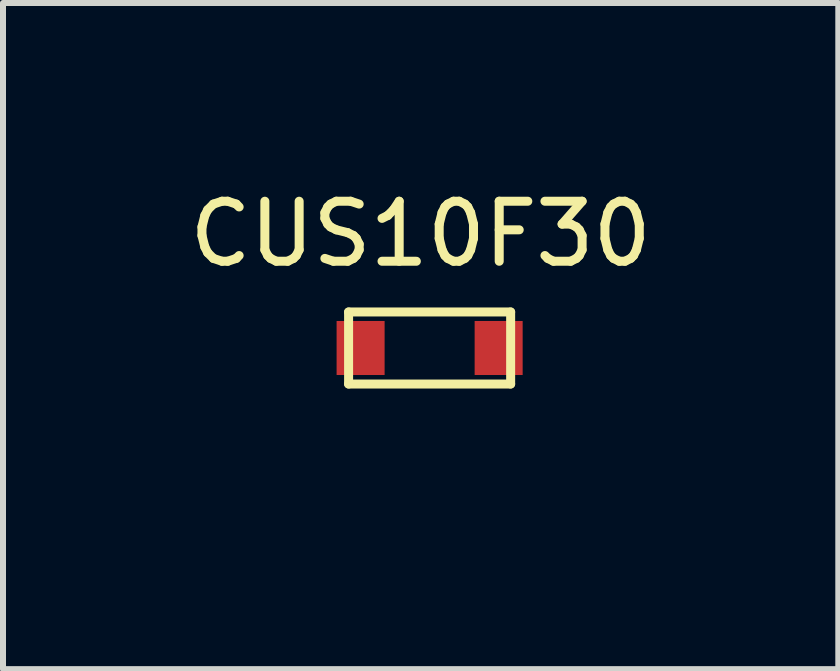
<source format=kicad_pcb>
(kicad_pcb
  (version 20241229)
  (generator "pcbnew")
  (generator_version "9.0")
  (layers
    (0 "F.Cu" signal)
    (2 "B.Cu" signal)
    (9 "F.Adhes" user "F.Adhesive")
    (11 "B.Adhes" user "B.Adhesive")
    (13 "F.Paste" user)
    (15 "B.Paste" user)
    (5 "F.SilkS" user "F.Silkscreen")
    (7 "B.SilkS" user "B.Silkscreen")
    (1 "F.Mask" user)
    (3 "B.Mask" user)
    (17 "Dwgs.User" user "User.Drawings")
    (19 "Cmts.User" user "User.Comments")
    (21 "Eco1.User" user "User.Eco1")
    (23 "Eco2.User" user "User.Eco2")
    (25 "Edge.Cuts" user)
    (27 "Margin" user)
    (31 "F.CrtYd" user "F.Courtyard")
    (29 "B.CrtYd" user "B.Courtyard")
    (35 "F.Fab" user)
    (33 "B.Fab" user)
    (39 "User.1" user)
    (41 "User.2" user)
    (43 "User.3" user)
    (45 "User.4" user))
  (footprint "CUS10F30"
    (layer "F.Cu")
    (at 1.458 4.848)
    (property "Reference" "CUS10F30" (at 2.5 -4 0) (layer "F.SilkS") (effects (font (size 1 1) (thickness 0.15))))
    (attr through_hole)
    (fp_line (start 1.3 -2.7) (end 1.3 -1.5) (stroke (width 0.15) (type solid)) (layer "F.SilkS"))
    (fp_line (start 1.3 -1.5) (end 4 -1.5) (stroke (width 0.15) (type solid)) (layer "F.SilkS"))
    (fp_line (start 4 -2.7) (end 1.3 -2.7) (stroke (width 0.15) (type solid)) (layer "F.SilkS"))
    (fp_line (start 4 -1.5) (end 4 -2.7) (stroke (width 0.15) (type solid)) (layer "F.SilkS"))
    (pad "1" smd rect (at 1.5 -2.1) (size 0.8 0.9) (layers "F.Cu" "F.Mask" "F.Paste"))
    (pad "2" smd rect (at 3.8 -2.1) (size 0.8 0.9) (layers "F.Cu" "F.Mask" "F.Paste")))
  (gr_rect
    (start -3 -3)
    (end 10.917 8.098)
    (stroke (width 0.1) (type default))
    (fill no)
    (layer "Edge.Cuts")))
</source>
